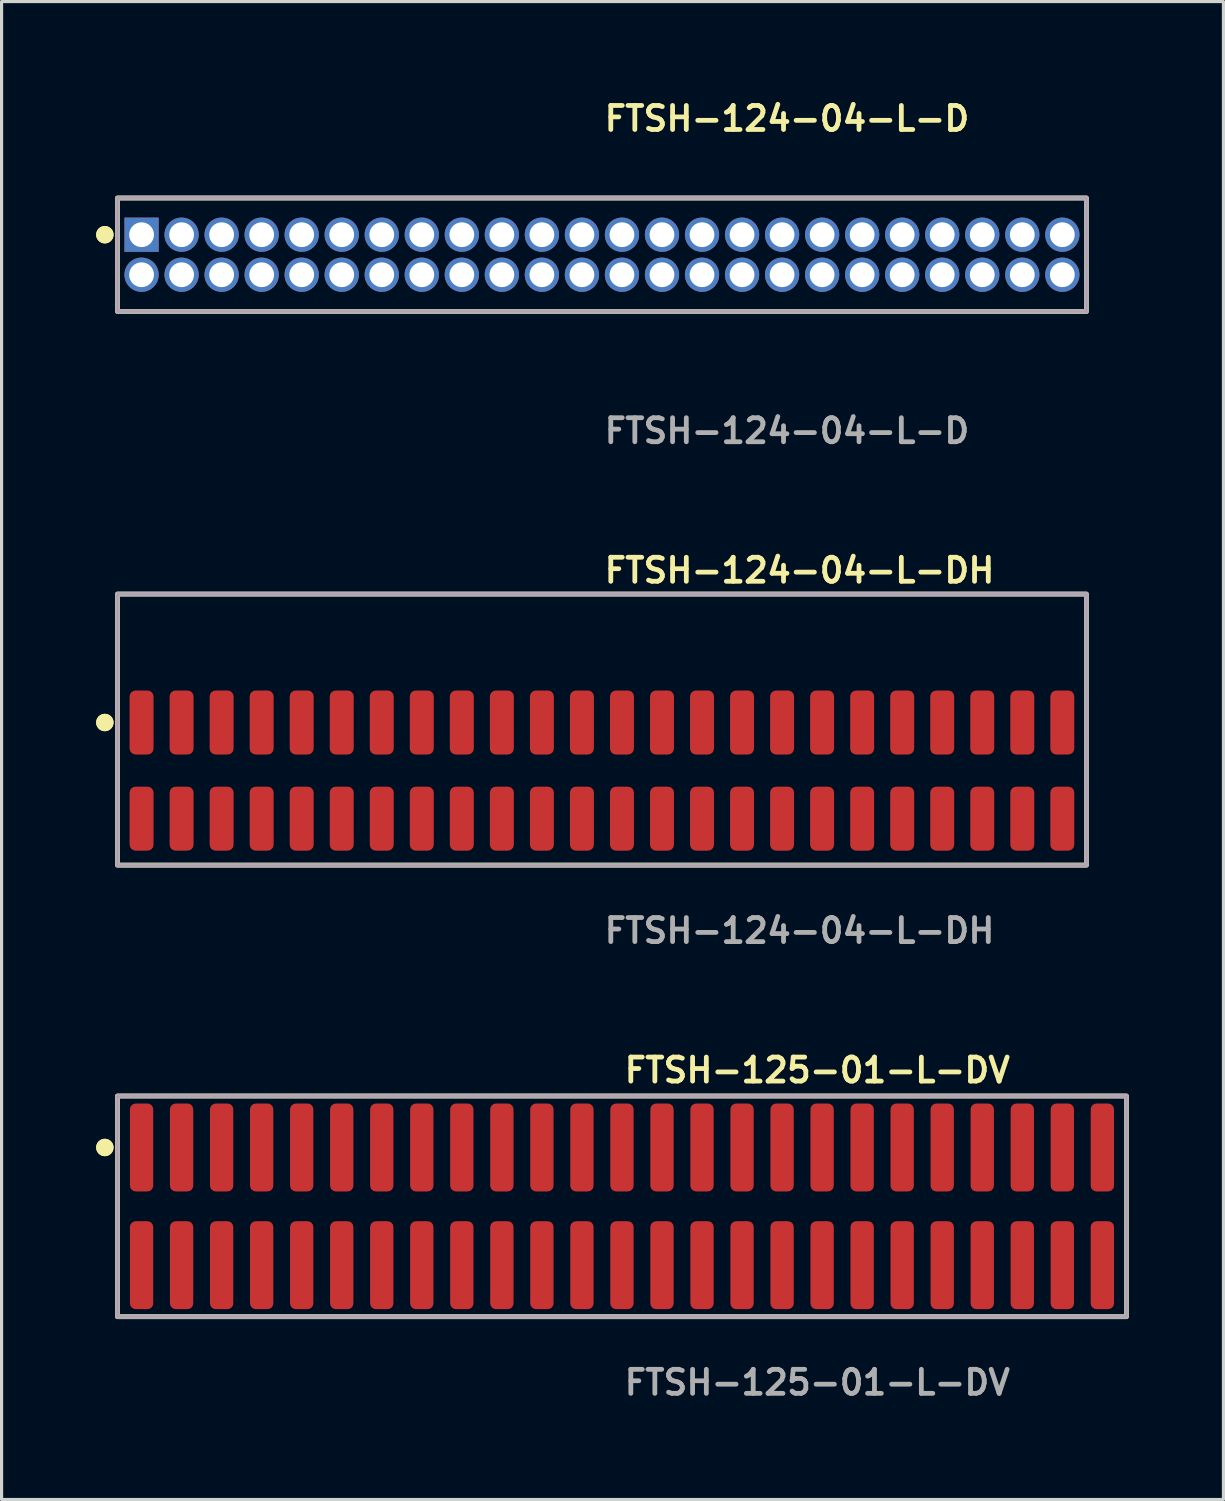
<source format=kicad_pcb>
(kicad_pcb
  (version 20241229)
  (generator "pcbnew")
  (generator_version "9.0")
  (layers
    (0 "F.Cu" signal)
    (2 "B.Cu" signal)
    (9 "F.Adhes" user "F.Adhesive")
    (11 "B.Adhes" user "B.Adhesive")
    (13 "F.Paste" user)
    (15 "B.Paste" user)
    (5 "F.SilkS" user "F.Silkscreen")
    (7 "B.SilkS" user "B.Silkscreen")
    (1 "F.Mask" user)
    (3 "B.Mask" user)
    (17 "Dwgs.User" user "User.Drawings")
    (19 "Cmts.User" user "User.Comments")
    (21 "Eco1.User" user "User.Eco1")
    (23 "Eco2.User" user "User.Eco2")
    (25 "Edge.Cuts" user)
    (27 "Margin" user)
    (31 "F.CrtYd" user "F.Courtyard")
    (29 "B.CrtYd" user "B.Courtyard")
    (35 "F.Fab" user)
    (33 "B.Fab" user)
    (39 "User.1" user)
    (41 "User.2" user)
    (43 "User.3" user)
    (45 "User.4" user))
  (footprint "FTSH-124-04-L-DH"
    (layer "F.Cu")
    (at 16.046 21.396)
    (property "Reference" "FTSH-124-04-L-DH" (at 0 -6.35 0) (unlocked yes) (layer "F.SilkS") (effects (font (size 0.762 0.762) (thickness 0.152)) (justify left)))
    (fp_rect (start -15.37 3) (end 15.37 -5.6) (stroke (width 0.152) (type solid)) (fill no) (layer "F.SilkS"))
    (fp_circle (center -15.77 -1.525) (end -15.97 -1.525) (stroke (width 0.152) (type solid)) (fill yes) (layer "F.SilkS"))
    (fp_circle (center -15.77 -1.525) (end -15.97 -1.525) (stroke (width 0.152) (type solid)) (fill yes) (layer "F.SilkS"))
    (fp_rect (start -15.37 3) (end 15.37 -5.6) (stroke (width 0.006) (type solid)) (fill no) (layer "F.CrtYd"))
    (fp_rect (start -15.37 3) (end 15.37 -5.6) (stroke (width 0.152) (type solid)) (fill no) (layer "F.Fab"))
    (fp_text user "${REFERENCE}" (at 0 5.08 0) (unlocked yes) (layer "F.Fab") (effects (font (size 0.762 0.762) (thickness 0.152)) (justify left)))
    (pad "1" smd roundrect (at -14.605 -1.525) (size 0.76 2.03) (layers "F.Cu" "F.Paste") (roundrect_rratio 0.25))
    (pad "2" smd roundrect (at -14.605 1.525) (size 0.76 2.03) (layers "F.Cu" "F.Paste") (roundrect_rratio 0.25))
    (pad "3" smd roundrect (at -13.335 -1.525) (size 0.76 2.03) (layers "F.Cu" "F.Paste") (roundrect_rratio 0.25))
    (pad "4" smd roundrect (at -13.335 1.525) (size 0.76 2.03) (layers "F.Cu" "F.Paste") (roundrect_rratio 0.25))
    (pad "5" smd roundrect (at -12.065 -1.525) (size 0.76 2.03) (layers "F.Cu" "F.Paste") (roundrect_rratio 0.25))
    (pad "6" smd roundrect (at -12.065 1.525) (size 0.76 2.03) (layers "F.Cu" "F.Paste") (roundrect_rratio 0.25))
    (pad "7" smd roundrect (at -10.795 -1.525) (size 0.76 2.03) (layers "F.Cu" "F.Paste") (roundrect_rratio 0.25))
    (pad "8" smd roundrect (at -10.795 1.525) (size 0.76 2.03) (layers "F.Cu" "F.Paste") (roundrect_rratio 0.25))
    (pad "9" smd roundrect (at -9.525 -1.525) (size 0.76 2.03) (layers "F.Cu" "F.Paste") (roundrect_rratio 0.25))
    (pad "10" smd roundrect (at -9.525 1.525) (size 0.76 2.03) (layers "F.Cu" "F.Paste") (roundrect_rratio 0.25))
    (pad "11" smd roundrect (at -8.255 -1.525) (size 0.76 2.03) (layers "F.Cu" "F.Paste") (roundrect_rratio 0.25))
    (pad "12" smd roundrect (at -8.255 1.525) (size 0.76 2.03) (layers "F.Cu" "F.Paste") (roundrect_rratio 0.25))
    (pad "13" smd roundrect (at -6.985 -1.525) (size 0.76 2.03) (layers "F.Cu" "F.Paste") (roundrect_rratio 0.25))
    (pad "14" smd roundrect (at -6.985 1.525) (size 0.76 2.03) (layers "F.Cu" "F.Paste") (roundrect_rratio 0.25))
    (pad "15" smd roundrect (at -5.715 -1.525) (size 0.76 2.03) (layers "F.Cu" "F.Paste") (roundrect_rratio 0.25))
    (pad "16" smd roundrect (at -5.715 1.525) (size 0.76 2.03) (layers "F.Cu" "F.Paste") (roundrect_rratio 0.25))
    (pad "17" smd roundrect (at -4.445 -1.525) (size 0.76 2.03) (layers "F.Cu" "F.Paste") (roundrect_rratio 0.25))
    (pad "18" smd roundrect (at -4.445 1.525) (size 0.76 2.03) (layers "F.Cu" "F.Paste") (roundrect_rratio 0.25))
    (pad "19" smd roundrect (at -3.175 -1.525) (size 0.76 2.03) (layers "F.Cu" "F.Paste") (roundrect_rratio 0.25))
    (pad "20" smd roundrect (at -3.175 1.525) (size 0.76 2.03) (layers "F.Cu" "F.Paste") (roundrect_rratio 0.25))
    (pad "21" smd roundrect (at -1.905 -1.525) (size 0.76 2.03) (layers "F.Cu" "F.Paste") (roundrect_rratio 0.25))
    (pad "22" smd roundrect (at -1.905 1.525) (size 0.76 2.03) (layers "F.Cu" "F.Paste") (roundrect_rratio 0.25))
    (pad "23" smd roundrect (at -0.635 -1.525) (size 0.76 2.03) (layers "F.Cu" "F.Paste") (roundrect_rratio 0.25))
    (pad "24" smd roundrect (at -0.635 1.525) (size 0.76 2.03) (layers "F.Cu" "F.Paste") (roundrect_rratio 0.25))
    (pad "25" smd roundrect (at 0.635 -1.525) (size 0.76 2.03) (layers "F.Cu" "F.Paste") (roundrect_rratio 0.25))
    (pad "26" smd roundrect (at 0.635 1.525) (size 0.76 2.03) (layers "F.Cu" "F.Paste") (roundrect_rratio 0.25))
    (pad "27" smd roundrect (at 1.905 -1.525) (size 0.76 2.03) (layers "F.Cu" "F.Paste") (roundrect_rratio 0.25))
    (pad "28" smd roundrect (at 1.905 1.525) (size 0.76 2.03) (layers "F.Cu" "F.Paste") (roundrect_rratio 0.25))
    (pad "29" smd roundrect (at 3.175 -1.525) (size 0.76 2.03) (layers "F.Cu" "F.Paste") (roundrect_rratio 0.25))
    (pad "30" smd roundrect (at 3.175 1.525) (size 0.76 2.03) (layers "F.Cu" "F.Paste") (roundrect_rratio 0.25))
    (pad "31" smd roundrect (at 4.445 -1.525) (size 0.76 2.03) (layers "F.Cu" "F.Paste") (roundrect_rratio 0.25))
    (pad "32" smd roundrect (at 4.445 1.525) (size 0.76 2.03) (layers "F.Cu" "F.Paste") (roundrect_rratio 0.25))
    (pad "33" smd roundrect (at 5.715 -1.525) (size 0.76 2.03) (layers "F.Cu" "F.Paste") (roundrect_rratio 0.25))
    (pad "34" smd roundrect (at 5.715 1.525) (size 0.76 2.03) (layers "F.Cu" "F.Paste") (roundrect_rratio 0.25))
    (pad "35" smd roundrect (at 6.985 -1.525) (size 0.76 2.03) (layers "F.Cu" "F.Paste") (roundrect_rratio 0.25))
    (pad "36" smd roundrect (at 6.985 1.525) (size 0.76 2.03) (layers "F.Cu" "F.Paste") (roundrect_rratio 0.25))
    (pad "37" smd roundrect (at 8.255 -1.525) (size 0.76 2.03) (layers "F.Cu" "F.Paste") (roundrect_rratio 0.25))
    (pad "38" smd roundrect (at 8.255 1.525) (size 0.76 2.03) (layers "F.Cu" "F.Paste") (roundrect_rratio 0.25))
    (pad "39" smd roundrect (at 9.525 -1.525) (size 0.76 2.03) (layers "F.Cu" "F.Paste") (roundrect_rratio 0.25))
    (pad "40" smd roundrect (at 9.525 1.525) (size 0.76 2.03) (layers "F.Cu" "F.Paste") (roundrect_rratio 0.25))
    (pad "41" smd roundrect (at 10.795 -1.525) (size 0.76 2.03) (layers "F.Cu" "F.Paste") (roundrect_rratio 0.25))
    (pad "42" smd roundrect (at 10.795 1.525) (size 0.76 2.03) (layers "F.Cu" "F.Paste") (roundrect_rratio 0.25))
    (pad "43" smd roundrect (at 12.065 -1.525) (size 0.76 2.03) (layers "F.Cu" "F.Paste") (roundrect_rratio 0.25))
    (pad "44" smd roundrect (at 12.065 1.525) (size 0.76 2.03) (layers "F.Cu" "F.Paste") (roundrect_rratio 0.25))
    (pad "45" smd roundrect (at 13.335 -1.525) (size 0.76 2.03) (layers "F.Cu" "F.Paste") (roundrect_rratio 0.25))
    (pad "46" smd roundrect (at 13.335 1.525) (size 0.76 2.03) (layers "F.Cu" "F.Paste") (roundrect_rratio 0.25))
    (pad "47" smd roundrect (at 14.605 -1.525) (size 0.76 2.03) (layers "F.Cu" "F.Paste") (roundrect_rratio 0.25))
    (pad "48" smd roundrect (at 14.605 1.525) (size 0.76 2.03) (layers "F.Cu" "F.Paste") (roundrect_rratio 0.25)))
  (footprint "FTSH-124-04-L-D"
    (layer "F.Cu")
    (at 16.046 5.031)
    (property "Reference" "FTSH-124-04-L-D" (at 0 -4.318 0) (unlocked yes) (layer "F.SilkS") (effects (font (size 0.762 0.762) (thickness 0.152)) (justify left)))
    (fp_rect (start -15.37 1.8) (end 15.37 -1.8) (stroke (width 0.152) (type solid)) (fill no) (layer "F.SilkS"))
    (fp_circle (center -15.77 -0.635) (end -15.97 -0.635) (stroke (width 0.152) (type solid)) (fill yes) (layer "F.SilkS"))
    (fp_circle (center -15.77 -0.635) (end -15.97 -0.635) (stroke (width 0.152) (type solid)) (fill yes) (layer "F.SilkS"))
    (fp_rect (start -15.37 1.8) (end 15.37 -1.8) (stroke (width 0.006) (type solid)) (fill no) (layer "F.CrtYd"))
    (fp_rect (start -15.37 1.8) (end 15.37 -1.8) (stroke (width 0.152) (type solid)) (fill no) (layer "F.Fab"))
    (fp_text user "${REFERENCE}" (at 0 5.588 0) (unlocked yes) (layer "F.Fab") (effects (font (size 0.762 0.762) (thickness 0.152)) (justify left)))
    (pad "1" thru_hole rect (at -14.605 -0.635) (size 1.087 1.087) (drill 0.787) (layers "*.Cu" "*.Mask"))
    (pad "2" thru_hole circle (at -14.605 0.635) (size 1.087 1.087) (drill 0.787) (layers "*.Cu" "*.Mask"))
    (pad "3" thru_hole circle (at -13.335 -0.635) (size 1.087 1.087) (drill 0.787) (layers "*.Cu" "*.Mask"))
    (pad "4" thru_hole circle (at -13.335 0.635) (size 1.087 1.087) (drill 0.787) (layers "*.Cu" "*.Mask"))
    (pad "5" thru_hole circle (at -12.065 -0.635) (size 1.087 1.087) (drill 0.787) (layers "*.Cu" "*.Mask"))
    (pad "6" thru_hole circle (at -12.065 0.635) (size 1.087 1.087) (drill 0.787) (layers "*.Cu" "*.Mask"))
    (pad "7" thru_hole circle (at -10.795 -0.635) (size 1.087 1.087) (drill 0.787) (layers "*.Cu" "*.Mask"))
    (pad "8" thru_hole circle (at -10.795 0.635) (size 1.087 1.087) (drill 0.787) (layers "*.Cu" "*.Mask"))
    (pad "9" thru_hole circle (at -9.525 -0.635) (size 1.087 1.087) (drill 0.787) (layers "*.Cu" "*.Mask"))
    (pad "10" thru_hole circle (at -9.525 0.635) (size 1.087 1.087) (drill 0.787) (layers "*.Cu" "*.Mask"))
    (pad "11" thru_hole circle (at -8.255 -0.635) (size 1.087 1.087) (drill 0.787) (layers "*.Cu" "*.Mask"))
    (pad "12" thru_hole circle (at -8.255 0.635) (size 1.087 1.087) (drill 0.787) (layers "*.Cu" "*.Mask"))
    (pad "13" thru_hole circle (at -6.985 -0.635) (size 1.087 1.087) (drill 0.787) (layers "*.Cu" "*.Mask"))
    (pad "14" thru_hole circle (at -6.985 0.635) (size 1.087 1.087) (drill 0.787) (layers "*.Cu" "*.Mask"))
    (pad "15" thru_hole circle (at -5.715 -0.635) (size 1.087 1.087) (drill 0.787) (layers "*.Cu" "*.Mask"))
    (pad "16" thru_hole circle (at -5.715 0.635) (size 1.087 1.087) (drill 0.787) (layers "*.Cu" "*.Mask"))
    (pad "17" thru_hole circle (at -4.445 -0.635) (size 1.087 1.087) (drill 0.787) (layers "*.Cu" "*.Mask"))
    (pad "18" thru_hole circle (at -4.445 0.635) (size 1.087 1.087) (drill 0.787) (layers "*.Cu" "*.Mask"))
    (pad "19" thru_hole circle (at -3.175 -0.635) (size 1.087 1.087) (drill 0.787) (layers "*.Cu" "*.Mask"))
    (pad "20" thru_hole circle (at -3.175 0.635) (size 1.087 1.087) (drill 0.787) (layers "*.Cu" "*.Mask"))
    (pad "21" thru_hole circle (at -1.905 -0.635) (size 1.087 1.087) (drill 0.787) (layers "*.Cu" "*.Mask"))
    (pad "22" thru_hole circle (at -1.905 0.635) (size 1.087 1.087) (drill 0.787) (layers "*.Cu" "*.Mask"))
    (pad "23" thru_hole circle (at -0.635 -0.635) (size 1.087 1.087) (drill 0.787) (layers "*.Cu" "*.Mask"))
    (pad "24" thru_hole circle (at -0.635 0.635) (size 1.087 1.087) (drill 0.787) (layers "*.Cu" "*.Mask"))
    (pad "25" thru_hole circle (at 0.635 -0.635) (size 1.087 1.087) (drill 0.787) (layers "*.Cu" "*.Mask"))
    (pad "26" thru_hole circle (at 0.635 0.635) (size 1.087 1.087) (drill 0.787) (layers "*.Cu" "*.Mask"))
    (pad "27" thru_hole circle (at 1.905 -0.635) (size 1.087 1.087) (drill 0.787) (layers "*.Cu" "*.Mask"))
    (pad "28" thru_hole circle (at 1.905 0.635) (size 1.087 1.087) (drill 0.787) (layers "*.Cu" "*.Mask"))
    (pad "29" thru_hole circle (at 3.175 -0.635) (size 1.087 1.087) (drill 0.787) (layers "*.Cu" "*.Mask"))
    (pad "30" thru_hole circle (at 3.175 0.635) (size 1.087 1.087) (drill 0.787) (layers "*.Cu" "*.Mask"))
    (pad "31" thru_hole circle (at 4.445 -0.635) (size 1.087 1.087) (drill 0.787) (layers "*.Cu" "*.Mask"))
    (pad "32" thru_hole circle (at 4.445 0.635) (size 1.087 1.087) (drill 0.787) (layers "*.Cu" "*.Mask"))
    (pad "33" thru_hole circle (at 5.715 -0.635) (size 1.087 1.087) (drill 0.787) (layers "*.Cu" "*.Mask"))
    (pad "34" thru_hole circle (at 5.715 0.635) (size 1.087 1.087) (drill 0.787) (layers "*.Cu" "*.Mask"))
    (pad "35" thru_hole circle (at 6.985 -0.635) (size 1.087 1.087) (drill 0.787) (layers "*.Cu" "*.Mask"))
    (pad "36" thru_hole circle (at 6.985 0.635) (size 1.087 1.087) (drill 0.787) (layers "*.Cu" "*.Mask"))
    (pad "37" thru_hole circle (at 8.255 -0.635) (size 1.087 1.087) (drill 0.787) (layers "*.Cu" "*.Mask"))
    (pad "38" thru_hole circle (at 8.255 0.635) (size 1.087 1.087) (drill 0.787) (layers "*.Cu" "*.Mask"))
    (pad "39" thru_hole circle (at 9.525 -0.635) (size 1.087 1.087) (drill 0.787) (layers "*.Cu" "*.Mask"))
    (pad "40" thru_hole circle (at 9.525 0.635) (size 1.087 1.087) (drill 0.787) (layers "*.Cu" "*.Mask"))
    (pad "41" thru_hole circle (at 10.795 -0.635) (size 1.087 1.087) (drill 0.787) (layers "*.Cu" "*.Mask"))
    (pad "42" thru_hole circle (at 10.795 0.635) (size 1.087 1.087) (drill 0.787) (layers "*.Cu" "*.Mask"))
    (pad "43" thru_hole circle (at 12.065 -0.635) (size 1.087 1.087) (drill 0.787) (layers "*.Cu" "*.Mask"))
    (pad "44" thru_hole circle (at 12.065 0.635) (size 1.087 1.087) (drill 0.787) (layers "*.Cu" "*.Mask"))
    (pad "45" thru_hole circle (at 13.335 -0.635) (size 1.087 1.087) (drill 0.787) (layers "*.Cu" "*.Mask"))
    (pad "46" thru_hole circle (at 13.335 0.635) (size 1.087 1.087) (drill 0.787) (layers "*.Cu" "*.Mask"))
    (pad "47" thru_hole circle (at 14.605 -0.635) (size 1.087 1.087) (drill 0.787) (layers "*.Cu" "*.Mask"))
    (pad "48" thru_hole circle (at 14.605 0.635) (size 1.087 1.087) (drill 0.787) (layers "*.Cu" "*.Mask")))
  (footprint "FTSH-125-01-L-DV"
    (layer "F.Cu")
    (at 16.681 35.22)
    (property "Reference" "FTSH-125-01-L-DV" (at 0 -4.318 0) (unlocked yes) (layer "F.SilkS") (effects (font (size 0.762 0.762) (thickness 0.152)) (justify left)))
    (fp_rect (start -16.005 3.5) (end 16.005 -3.5) (stroke (width 0.152) (type solid)) (fill no) (layer "F.SilkS"))
    (fp_circle (center -16.405 -1.867) (end -16.605 -1.867) (stroke (width 0.152) (type solid)) (fill yes) (layer "F.SilkS"))
    (fp_circle (center -16.405 -1.867) (end -16.605 -1.867) (stroke (width 0.152) (type solid)) (fill yes) (layer "F.SilkS"))
    (fp_rect (start -16.005 3.5) (end 16.005 -3.5) (stroke (width 0.006) (type solid)) (fill no) (layer "F.CrtYd"))
    (fp_rect (start -16.005 3.5) (end 16.005 -3.5) (stroke (width 0.152) (type solid)) (fill no) (layer "F.Fab"))
    (fp_text user "${REFERENCE}" (at 0 5.588 0) (unlocked yes) (layer "F.Fab") (effects (font (size 0.762 0.762) (thickness 0.152)) (justify left)))
    (pad "1" smd roundrect (at -15.24 -1.867) (size 0.74 2.79) (layers "F.Cu" "F.Paste") (roundrect_rratio 0.25))
    (pad "2" smd roundrect (at -15.24 1.867) (size 0.74 2.79) (layers "F.Cu" "F.Paste") (roundrect_rratio 0.25))
    (pad "3" smd roundrect (at -13.97 -1.867) (size 0.74 2.79) (layers "F.Cu" "F.Paste") (roundrect_rratio 0.25))
    (pad "4" smd roundrect (at -13.97 1.867) (size 0.74 2.79) (layers "F.Cu" "F.Paste") (roundrect_rratio 0.25))
    (pad "5" smd roundrect (at -12.7 -1.867) (size 0.74 2.79) (layers "F.Cu" "F.Paste") (roundrect_rratio 0.25))
    (pad "6" smd roundrect (at -12.7 1.867) (size 0.74 2.79) (layers "F.Cu" "F.Paste") (roundrect_rratio 0.25))
    (pad "7" smd roundrect (at -11.43 -1.867) (size 0.74 2.79) (layers "F.Cu" "F.Paste") (roundrect_rratio 0.25))
    (pad "8" smd roundrect (at -11.43 1.867) (size 0.74 2.79) (layers "F.Cu" "F.Paste") (roundrect_rratio 0.25))
    (pad "9" smd roundrect (at -10.16 -1.867) (size 0.74 2.79) (layers "F.Cu" "F.Paste") (roundrect_rratio 0.25))
    (pad "10" smd roundrect (at -10.16 1.867) (size 0.74 2.79) (layers "F.Cu" "F.Paste") (roundrect_rratio 0.25))
    (pad "11" smd roundrect (at -8.89 -1.867) (size 0.74 2.79) (layers "F.Cu" "F.Paste") (roundrect_rratio 0.25))
    (pad "12" smd roundrect (at -8.89 1.867) (size 0.74 2.79) (layers "F.Cu" "F.Paste") (roundrect_rratio 0.25))
    (pad "13" smd roundrect (at -7.62 -1.867) (size 0.74 2.79) (layers "F.Cu" "F.Paste") (roundrect_rratio 0.25))
    (pad "14" smd roundrect (at -7.62 1.867) (size 0.74 2.79) (layers "F.Cu" "F.Paste") (roundrect_rratio 0.25))
    (pad "15" smd roundrect (at -6.35 -1.867) (size 0.74 2.79) (layers "F.Cu" "F.Paste") (roundrect_rratio 0.25))
    (pad "16" smd roundrect (at -6.35 1.867) (size 0.74 2.79) (layers "F.Cu" "F.Paste") (roundrect_rratio 0.25))
    (pad "17" smd roundrect (at -5.08 -1.867) (size 0.74 2.79) (layers "F.Cu" "F.Paste") (roundrect_rratio 0.25))
    (pad "18" smd roundrect (at -5.08 1.867) (size 0.74 2.79) (layers "F.Cu" "F.Paste") (roundrect_rratio 0.25))
    (pad "19" smd roundrect (at -3.81 -1.867) (size 0.74 2.79) (layers "F.Cu" "F.Paste") (roundrect_rratio 0.25))
    (pad "20" smd roundrect (at -3.81 1.867) (size 0.74 2.79) (layers "F.Cu" "F.Paste") (roundrect_rratio 0.25))
    (pad "21" smd roundrect (at -2.54 -1.867) (size 0.74 2.79) (layers "F.Cu" "F.Paste") (roundrect_rratio 0.25))
    (pad "22" smd roundrect (at -2.54 1.867) (size 0.74 2.79) (layers "F.Cu" "F.Paste") (roundrect_rratio 0.25))
    (pad "23" smd roundrect (at -1.27 -1.867) (size 0.74 2.79) (layers "F.Cu" "F.Paste") (roundrect_rratio 0.25))
    (pad "24" smd roundrect (at -1.27 1.867) (size 0.74 2.79) (layers "F.Cu" "F.Paste") (roundrect_rratio 0.25))
    (pad "25" smd roundrect (at 0 -1.867) (size 0.74 2.79) (layers "F.Cu" "F.Paste") (roundrect_rratio 0.25))
    (pad "26" smd roundrect (at 0 1.867) (size 0.74 2.79) (layers "F.Cu" "F.Paste") (roundrect_rratio 0.25))
    (pad "27" smd roundrect (at 1.27 -1.867) (size 0.74 2.79) (layers "F.Cu" "F.Paste") (roundrect_rratio 0.25))
    (pad "28" smd roundrect (at 1.27 1.867) (size 0.74 2.79) (layers "F.Cu" "F.Paste") (roundrect_rratio 0.25))
    (pad "29" smd roundrect (at 2.54 -1.867) (size 0.74 2.79) (layers "F.Cu" "F.Paste") (roundrect_rratio 0.25))
    (pad "30" smd roundrect (at 2.54 1.867) (size 0.74 2.79) (layers "F.Cu" "F.Paste") (roundrect_rratio 0.25))
    (pad "31" smd roundrect (at 3.81 -1.867) (size 0.74 2.79) (layers "F.Cu" "F.Paste") (roundrect_rratio 0.25))
    (pad "32" smd roundrect (at 3.81 1.867) (size 0.74 2.79) (layers "F.Cu" "F.Paste") (roundrect_rratio 0.25))
    (pad "33" smd roundrect (at 5.08 -1.867) (size 0.74 2.79) (layers "F.Cu" "F.Paste") (roundrect_rratio 0.25))
    (pad "34" smd roundrect (at 5.08 1.867) (size 0.74 2.79) (layers "F.Cu" "F.Paste") (roundrect_rratio 0.25))
    (pad "35" smd roundrect (at 6.35 -1.867) (size 0.74 2.79) (layers "F.Cu" "F.Paste") (roundrect_rratio 0.25))
    (pad "36" smd roundrect (at 6.35 1.867) (size 0.74 2.79) (layers "F.Cu" "F.Paste") (roundrect_rratio 0.25))
    (pad "37" smd roundrect (at 7.62 -1.867) (size 0.74 2.79) (layers "F.Cu" "F.Paste") (roundrect_rratio 0.25))
    (pad "38" smd roundrect (at 7.62 1.867) (size 0.74 2.79) (layers "F.Cu" "F.Paste") (roundrect_rratio 0.25))
    (pad "39" smd roundrect (at 8.89 -1.867) (size 0.74 2.79) (layers "F.Cu" "F.Paste") (roundrect_rratio 0.25))
    (pad "40" smd roundrect (at 8.89 1.867) (size 0.74 2.79) (layers "F.Cu" "F.Paste") (roundrect_rratio 0.25))
    (pad "41" smd roundrect (at 10.16 -1.867) (size 0.74 2.79) (layers "F.Cu" "F.Paste") (roundrect_rratio 0.25))
    (pad "42" smd roundrect (at 10.16 1.867) (size 0.74 2.79) (layers "F.Cu" "F.Paste") (roundrect_rratio 0.25))
    (pad "43" smd roundrect (at 11.43 -1.867) (size 0.74 2.79) (layers "F.Cu" "F.Paste") (roundrect_rratio 0.25))
    (pad "44" smd roundrect (at 11.43 1.867) (size 0.74 2.79) (layers "F.Cu" "F.Paste") (roundrect_rratio 0.25))
    (pad "45" smd roundrect (at 12.7 -1.867) (size 0.74 2.79) (layers "F.Cu" "F.Paste") (roundrect_rratio 0.25))
    (pad "46" smd roundrect (at 12.7 1.867) (size 0.74 2.79) (layers "F.Cu" "F.Paste") (roundrect_rratio 0.25))
    (pad "47" smd roundrect (at 13.97 -1.867) (size 0.74 2.79) (layers "F.Cu" "F.Paste") (roundrect_rratio 0.25))
    (pad "48" smd roundrect (at 13.97 1.867) (size 0.74 2.79) (layers "F.Cu" "F.Paste") (roundrect_rratio 0.25))
    (pad "49" smd roundrect (at 15.24 -1.867) (size 0.74 2.79) (layers "F.Cu" "F.Paste") (roundrect_rratio 0.25))
    (pad "50" smd roundrect (at 15.24 1.867) (size 0.74 2.79) (layers "F.Cu" "F.Paste") (roundrect_rratio 0.25)))
  (gr_rect
    (start -3 -3)
    (end 35.762 44.521)
    (stroke (width 0.1) (type default))
    (fill no)
    (layer "Edge.Cuts")))
</source>
